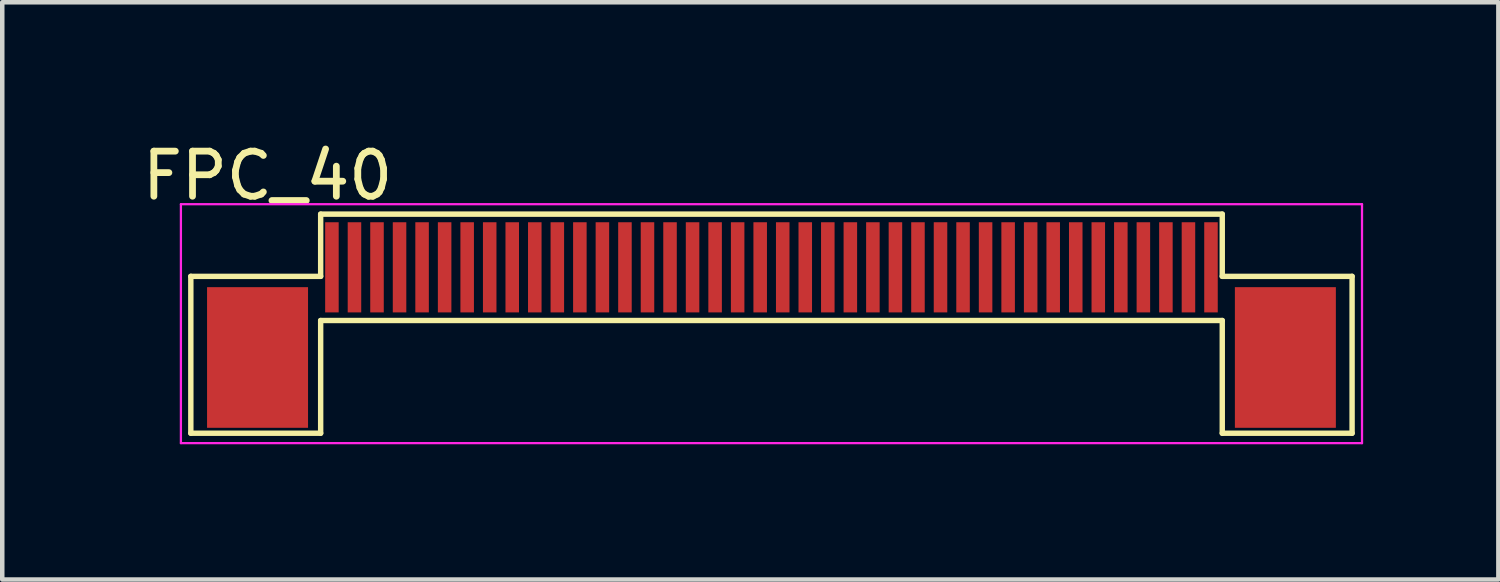
<source format=kicad_pcb>
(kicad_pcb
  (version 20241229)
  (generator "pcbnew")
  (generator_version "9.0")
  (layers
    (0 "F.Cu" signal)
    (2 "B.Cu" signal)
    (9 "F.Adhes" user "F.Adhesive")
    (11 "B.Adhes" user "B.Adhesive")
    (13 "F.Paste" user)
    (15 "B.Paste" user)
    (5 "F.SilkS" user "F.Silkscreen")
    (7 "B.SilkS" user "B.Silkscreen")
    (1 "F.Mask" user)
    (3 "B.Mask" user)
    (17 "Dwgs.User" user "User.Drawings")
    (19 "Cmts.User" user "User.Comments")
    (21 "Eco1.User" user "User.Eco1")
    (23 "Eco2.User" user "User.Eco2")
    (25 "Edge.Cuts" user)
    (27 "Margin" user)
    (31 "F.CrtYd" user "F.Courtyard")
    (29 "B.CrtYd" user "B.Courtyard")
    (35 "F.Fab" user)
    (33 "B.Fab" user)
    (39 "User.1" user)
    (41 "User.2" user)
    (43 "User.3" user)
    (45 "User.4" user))
  (footprint "FPC_40"
    (layer "F.Cu")
    (at 14.063 2.88)
    (property "Reference" "FPC_40" (at -11.176 -2.032 0) (layer "F.SilkS") (effects (font (size 1 1) (thickness 0.15))))
    (attr smd)
    (fp_line (start -12.88 0.2) (end -10 0.2) (stroke (width 0.12) (type solid)) (layer "F.SilkS"))
    (fp_line (start -12.88 3.68) (end -12.88 0.2) (stroke (width 0.12) (type solid)) (layer "F.SilkS"))
    (fp_line (start -10 -1.18) (end 10 -1.18) (stroke (width 0.12) (type solid)) (layer "F.SilkS"))
    (fp_line (start -10 0.2) (end -10 -1.18) (stroke (width 0.12) (type solid)) (layer "F.SilkS"))
    (fp_line (start -10 1.18) (end -10 3.68) (stroke (width 0.12) (type solid)) (layer "F.SilkS"))
    (fp_line (start -10 1.18) (end 10 1.18) (stroke (width 0.12) (type solid)) (layer "F.SilkS"))
    (fp_line (start -10 3.68) (end -12.88 3.68) (stroke (width 0.12) (type solid)) (layer "F.SilkS"))
    (fp_line (start 10 0.2) (end 10 -1.18) (stroke (width 0.12) (type solid)) (layer "F.SilkS"))
    (fp_line (start 10 1.18) (end 10 3.68) (stroke (width 0.12) (type solid)) (layer "F.SilkS"))
    (fp_line (start 10 3.68) (end 12.88 3.68) (stroke (width 0.12) (type solid)) (layer "F.SilkS"))
    (fp_line (start 12.88 0.2) (end 10 0.2) (stroke (width 0.12) (type solid)) (layer "F.SilkS"))
    (fp_line (start 12.88 3.68) (end 12.88 0.2) (stroke (width 0.12) (type solid)) (layer "F.SilkS"))
    (fp_line (start -13.1 -1.4) (end -13.1 3.9) (stroke (width 0.05) (type solid)) (layer "F.CrtYd"))
    (fp_line (start -13.1 -1.4) (end 13.1 -1.4) (stroke (width 0.05) (type solid)) (layer "F.CrtYd"))
    (fp_line (start -13.1 3.9) (end 13.1 3.9) (stroke (width 0.05) (type solid)) (layer "F.CrtYd"))
    (fp_line (start 13.1 -1.4) (end 13.1 3.9) (stroke (width 0.05) (type solid)) (layer "F.CrtYd"))
    (pad "0" smd rect (at -11.4 2) (size 2.24 3.12) (layers "F.Cu" "F.Mask" "F.Paste"))
    (pad "0" smd rect (at 11.4 2) (size 2.24 3.12) (layers "F.Cu" "F.Mask" "F.Paste"))
    (pad "1" smd rect (at -9.75 0) (size 0.3 2) (layers "F.Cu" "F.Mask" "F.Paste"))
    (pad "2" smd rect (at -9.25 0) (size 0.3 2) (layers "F.Cu" "F.Mask" "F.Paste"))
    (pad "3" smd rect (at -8.75 0) (size 0.3 2) (layers "F.Cu" "F.Mask" "F.Paste"))
    (pad "4" smd rect (at -8.25 0) (size 0.3 2) (layers "F.Cu" "F.Mask" "F.Paste"))
    (pad "5" smd rect (at -7.75 0) (size 0.3 2) (layers "F.Cu" "F.Mask" "F.Paste"))
    (pad "6" smd rect (at -7.25 0) (size 0.3 2) (layers "F.Cu" "F.Mask" "F.Paste"))
    (pad "7" smd rect (at -6.75 0) (size 0.3 2) (layers "F.Cu" "F.Mask" "F.Paste"))
    (pad "8" smd rect (at -6.25 0) (size 0.3 2) (layers "F.Cu" "F.Mask" "F.Paste"))
    (pad "9" smd rect (at -5.75 0) (size 0.3 2) (layers "F.Cu" "F.Mask" "F.Paste"))
    (pad "10" smd rect (at -5.25 0) (size 0.3 2) (layers "F.Cu" "F.Mask" "F.Paste"))
    (pad "11" smd rect (at -4.75 0) (size 0.3 2) (layers "F.Cu" "F.Mask" "F.Paste"))
    (pad "12" smd rect (at -4.25 0) (size 0.3 2) (layers "F.Cu" "F.Mask" "F.Paste"))
    (pad "13" smd rect (at -3.75 0) (size 0.3 2) (layers "F.Cu" "F.Mask" "F.Paste"))
    (pad "14" smd rect (at -3.25 0) (size 0.3 2) (layers "F.Cu" "F.Mask" "F.Paste"))
    (pad "15" smd rect (at -2.75 0) (size 0.3 2) (layers "F.Cu" "F.Mask" "F.Paste"))
    (pad "16" smd rect (at -2.25 0) (size 0.3 2) (layers "F.Cu" "F.Mask" "F.Paste"))
    (pad "17" smd rect (at -1.75 0) (size 0.3 2) (layers "F.Cu" "F.Mask" "F.Paste"))
    (pad "18" smd rect (at -1.25 0) (size 0.3 2) (layers "F.Cu" "F.Mask" "F.Paste"))
    (pad "19" smd rect (at -0.75 0) (size 0.3 2) (layers "F.Cu" "F.Mask" "F.Paste"))
    (pad "20" smd rect (at -0.25 0) (size 0.3 2) (layers "F.Cu" "F.Mask" "F.Paste"))
    (pad "21" smd rect (at 0.25 0) (size 0.3 2) (layers "F.Cu" "F.Mask" "F.Paste"))
    (pad "22" smd rect (at 0.75 0) (size 0.3 2) (layers "F.Cu" "F.Mask" "F.Paste"))
    (pad "23" smd rect (at 1.25 0) (size 0.3 2) (layers "F.Cu" "F.Mask" "F.Paste"))
    (pad "24" smd rect (at 1.75 0) (size 0.3 2) (layers "F.Cu" "F.Mask" "F.Paste"))
    (pad "25" smd rect (at 2.25 0) (size 0.3 2) (layers "F.Cu" "F.Mask" "F.Paste"))
    (pad "26" smd rect (at 2.75 0) (size 0.3 2) (layers "F.Cu" "F.Mask" "F.Paste"))
    (pad "27" smd rect (at 3.25 0) (size 0.3 2) (layers "F.Cu" "F.Mask" "F.Paste"))
    (pad "28" smd rect (at 3.75 0) (size 0.3 2) (layers "F.Cu" "F.Mask" "F.Paste"))
    (pad "29" smd rect (at 4.25 0) (size 0.3 2) (layers "F.Cu" "F.Mask" "F.Paste"))
    (pad "30" smd rect (at 4.75 0) (size 0.3 2) (layers "F.Cu" "F.Mask" "F.Paste"))
    (pad "31" smd rect (at 5.25 0) (size 0.3 2) (layers "F.Cu" "F.Mask" "F.Paste"))
    (pad "32" smd rect (at 5.75 0) (size 0.3 2) (layers "F.Cu" "F.Mask" "F.Paste"))
    (pad "33" smd rect (at 6.25 0) (size 0.3 2) (layers "F.Cu" "F.Mask" "F.Paste"))
    (pad "34" smd rect (at 6.75 0) (size 0.3 2) (layers "F.Cu" "F.Mask" "F.Paste"))
    (pad "35" smd rect (at 7.25 0) (size 0.3 2) (layers "F.Cu" "F.Mask" "F.Paste"))
    (pad "36" smd rect (at 7.75 0) (size 0.3 2) (layers "F.Cu" "F.Mask" "F.Paste"))
    (pad "37" smd rect (at 8.25 0) (size 0.3 2) (layers "F.Cu" "F.Mask" "F.Paste"))
    (pad "38" smd rect (at 8.75 0) (size 0.3 2) (layers "F.Cu" "F.Mask" "F.Paste"))
    (pad "39" smd rect (at 9.25 0) (size 0.3 2) (layers "F.Cu" "F.Mask" "F.Paste"))
    (pad "40" smd rect (at 9.75 0) (size 0.3 2) (layers "F.Cu" "F.Mask" "F.Paste")))
  (gr_rect
    (start -3 -3)
    (end 30.188 9.805)
    (stroke (width 0.1) (type default))
    (fill no)
    (layer "Edge.Cuts")))
</source>
